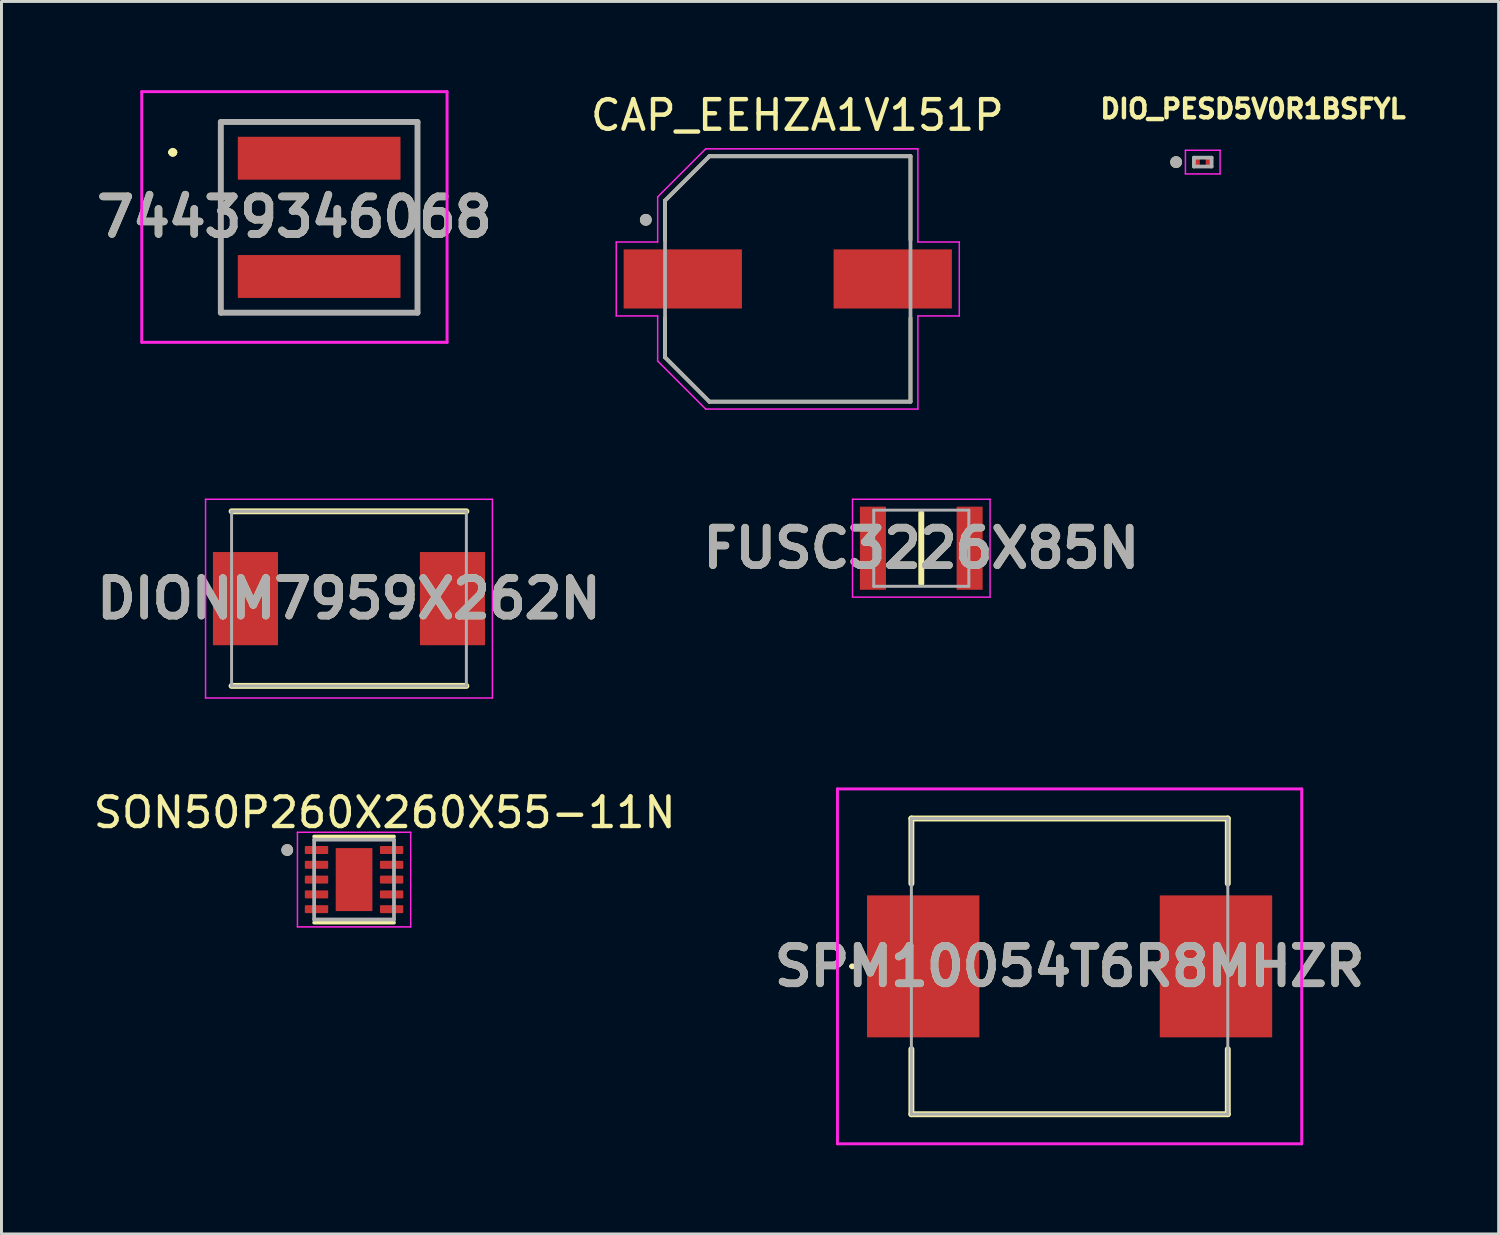
<source format=kicad_pcb>
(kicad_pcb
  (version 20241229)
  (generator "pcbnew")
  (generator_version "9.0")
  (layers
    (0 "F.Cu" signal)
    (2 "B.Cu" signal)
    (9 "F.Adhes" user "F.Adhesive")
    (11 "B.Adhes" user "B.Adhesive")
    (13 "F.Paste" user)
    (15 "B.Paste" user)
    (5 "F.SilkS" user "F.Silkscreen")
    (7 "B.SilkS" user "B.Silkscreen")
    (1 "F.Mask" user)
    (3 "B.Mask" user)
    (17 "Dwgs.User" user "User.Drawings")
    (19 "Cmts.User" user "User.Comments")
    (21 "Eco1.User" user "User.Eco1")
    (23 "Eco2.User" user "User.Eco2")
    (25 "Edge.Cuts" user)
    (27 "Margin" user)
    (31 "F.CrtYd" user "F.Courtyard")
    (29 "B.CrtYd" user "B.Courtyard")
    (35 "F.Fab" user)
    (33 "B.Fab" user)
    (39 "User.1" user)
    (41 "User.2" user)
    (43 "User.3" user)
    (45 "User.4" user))
  (footprint "SPM10054T6R8MHZR"
    (layer "F.Cu")
    (at 33.119 29.628)
    (property "Reference" "SPM10054T6R8MHZR" (at 0 0 0) (layer "F.SilkS") (effects (font (size 1.27 1.27) (thickness 0.254))))
    (attr smd)
    (fp_line (start -7.4 0) (end -7.4 0) (stroke (width 0.1) (type solid)) (layer "F.SilkS"))
    (fp_line (start -7.3 0) (end -7.3 0) (stroke (width 0.1) (type solid)) (layer "F.SilkS"))
    (fp_line (start -5.35 -5) (end 5.35 -5) (stroke (width 0.2) (type solid)) (layer "F.SilkS"))
    (fp_line (start -5.35 -2.8) (end -5.35 -5) (stroke (width 0.2) (type solid)) (layer "F.SilkS"))
    (fp_line (start -5.35 5) (end -5.35 2.8) (stroke (width 0.2) (type solid)) (layer "F.SilkS"))
    (fp_line (start 5.35 -5) (end 5.35 -2.8) (stroke (width 0.2) (type solid)) (layer "F.SilkS"))
    (fp_line (start 5.35 2.8) (end 5.35 5) (stroke (width 0.2) (type solid)) (layer "F.SilkS"))
    (fp_line (start 5.35 5) (end -5.35 5) (stroke (width 0.2) (type solid)) (layer "F.SilkS"))
    (fp_arc (start -7.4 0) (mid -7.35 -0.05) (end -7.3 0) (stroke (width 0.1) (type solid)) (layer "F.SilkS"))
    (fp_arc (start -7.3 0) (mid -7.35 0.05) (end -7.4 0) (stroke (width 0.1) (type solid)) (layer "F.SilkS"))
    (fp_line (start -7.85 -6) (end 7.85 -6) (stroke (width 0.1) (type solid)) (layer "F.CrtYd"))
    (fp_line (start -7.85 6) (end -7.85 -6) (stroke (width 0.1) (type solid)) (layer "F.CrtYd"))
    (fp_line (start 7.85 -6) (end 7.85 6) (stroke (width 0.1) (type solid)) (layer "F.CrtYd"))
    (fp_line (start 7.85 6) (end -7.85 6) (stroke (width 0.1) (type solid)) (layer "F.CrtYd"))
    (fp_line (start -5.35 -5) (end -5.35 5) (stroke (width 0.1) (type solid)) (layer "F.Fab"))
    (fp_line (start -5.35 5) (end 5.35 5) (stroke (width 0.1) (type solid)) (layer "F.Fab"))
    (fp_line (start 5.35 -5) (end -5.35 -5) (stroke (width 0.1) (type solid)) (layer "F.Fab"))
    (fp_line (start 5.35 5) (end 5.35 -5) (stroke (width 0.1) (type solid)) (layer "F.Fab"))
    (fp_text user "${REFERENCE}" (at 0 0 0) (layer "F.Fab") (effects (font (size 1.27 1.27) (thickness 0.254))))
    (pad "1" smd rect (at -4.95 0) (size 3.8 4.8) (layers "F.Cu" "F.Mask" "F.Paste"))
    (pad "2" smd rect (at 4.95 0) (size 3.8 4.8) (layers "F.Cu" "F.Mask" "F.Paste")))
  (footprint "FUSC3226X85N"
    (layer "F.Cu")
    (at 28.104 15.488)
    (property "Reference" "FUSC3226X85N" (at 0 0 0) (layer "F.SilkS") (effects (font (size 1.27 1.27) (thickness 0.254))))
    (attr smd)
    (fp_line (start 0 -1.188) (end 0 1.188) (stroke (width 0.2) (type solid)) (layer "F.SilkS"))
    (fp_line (start -2.325 -1.655) (end 2.325 -1.655) (stroke (width 0.05) (type solid)) (layer "F.CrtYd"))
    (fp_line (start -2.325 1.655) (end -2.325 -1.655) (stroke (width 0.05) (type solid)) (layer "F.CrtYd"))
    (fp_line (start 2.325 -1.655) (end 2.325 1.655) (stroke (width 0.05) (type solid)) (layer "F.CrtYd"))
    (fp_line (start 2.325 1.655) (end -2.325 1.655) (stroke (width 0.05) (type solid)) (layer "F.CrtYd"))
    (fp_line (start -1.608 -1.288) (end 1.608 -1.288) (stroke (width 0.1) (type solid)) (layer "F.Fab"))
    (fp_line (start -1.608 1.288) (end -1.608 -1.288) (stroke (width 0.1) (type solid)) (layer "F.Fab"))
    (fp_line (start 1.608 -1.288) (end 1.608 1.288) (stroke (width 0.1) (type solid)) (layer "F.Fab"))
    (fp_line (start 1.608 1.288) (end -1.608 1.288) (stroke (width 0.1) (type solid)) (layer "F.Fab"))
    (fp_text user "${REFERENCE}" (at 0 0 0) (layer "F.Fab") (effects (font (size 1.27 1.27) (thickness 0.254))))
    (pad "1" smd rect (at -1.635 0) (size 0.88 2.81) (layers "F.Cu" "F.Mask" "F.Paste"))
    (pad "2" smd rect (at 1.635 0) (size 0.88 2.81) (layers "F.Cu" "F.Mask" "F.Paste")))
  (footprint "SON50P260X260X55-11N"
    (layer "F.Cu")
    (at 8.923 26.694)
    (property "Reference" "SON50P260X260X55-11N" (at 1.035 -2.267 0) (layer "F.SilkS") (effects (font (size 1 1) (thickness 0.15))))
    (attr smd)
    (fp_line (start -1.35 -1.455) (end 1.35 -1.455) (stroke (width 0.127) (type solid)) (layer "F.SilkS"))
    (fp_line (start -1.35 1.455) (end 1.35 1.455) (stroke (width 0.127) (type solid)) (layer "F.SilkS"))
    (fp_circle (center -2.26 -1) (end -2.16 -1) (stroke (width 0.2) (type solid)) (fill no) (layer "F.SilkS"))
    (fp_poly (pts (xy -0.39 -0.67) (xy 0.39 -0.67) (xy 0.39 0.67) (xy -0.39 0.67)) (stroke (width 0.01) (type solid)) (fill yes) (layer "F.Paste"))
    (fp_line (start -1.915 -1.6) (end -1.915 1.6) (stroke (width 0.05) (type solid)) (layer "F.CrtYd"))
    (fp_line (start -1.915 -1.6) (end 1.915 -1.6) (stroke (width 0.05) (type solid)) (layer "F.CrtYd"))
    (fp_line (start -1.915 1.6) (end 1.915 1.6) (stroke (width 0.05) (type solid)) (layer "F.CrtYd"))
    (fp_line (start 1.915 -1.6) (end 1.915 1.6) (stroke (width 0.05) (type solid)) (layer "F.CrtYd"))
    (fp_line (start -1.35 -1.35) (end -1.35 1.35) (stroke (width 0.127) (type solid)) (layer "F.Fab"))
    (fp_line (start -1.35 -1.35) (end 1.35 -1.35) (stroke (width 0.127) (type solid)) (layer "F.Fab"))
    (fp_line (start -1.35 1.35) (end 1.35 1.35) (stroke (width 0.127) (type solid)) (layer "F.Fab"))
    (fp_line (start 1.35 -1.35) (end 1.35 1.35) (stroke (width 0.127) (type solid)) (layer "F.Fab"))
    (fp_circle (center -2.26 -1) (end -2.16 -1) (stroke (width 0.2) (type solid)) (fill no) (layer "F.Fab"))
    (pad "1" smd roundrect (at -1.27 -1) (size 0.79 0.27) (layers "F.Cu" "F.Mask" "F.Paste") (roundrect_rratio 0.125))
    (pad "2" smd roundrect (at -1.27 -0.5) (size 0.79 0.27) (layers "F.Cu" "F.Mask" "F.Paste") (roundrect_rratio 0.125))
    (pad "3" smd roundrect (at -1.27 0) (size 0.79 0.27) (layers "F.Cu" "F.Mask" "F.Paste") (roundrect_rratio 0.125))
    (pad "4" smd roundrect (at -1.27 0.5) (size 0.79 0.27) (layers "F.Cu" "F.Mask" "F.Paste") (roundrect_rratio 0.125))
    (pad "5" smd roundrect (at -1.27 1) (size 0.79 0.27) (layers "F.Cu" "F.Mask" "F.Paste") (roundrect_rratio 0.125))
    (pad "6" smd roundrect (at 1.27 1) (size 0.79 0.27) (layers "F.Cu" "F.Mask" "F.Paste") (roundrect_rratio 0.125))
    (pad "7" smd roundrect (at 1.27 0.5) (size 0.79 0.27) (layers "F.Cu" "F.Mask" "F.Paste") (roundrect_rratio 0.125))
    (pad "8" smd roundrect (at 1.27 0) (size 0.79 0.27) (layers "F.Cu" "F.Mask" "F.Paste") (roundrect_rratio 0.125))
    (pad "9" smd roundrect (at 1.27 -0.5) (size 0.79 0.27) (layers "F.Cu" "F.Mask" "F.Paste") (roundrect_rratio 0.125))
    (pad "10" smd roundrect (at 1.27 -1) (size 0.79 0.27) (layers "F.Cu" "F.Mask" "F.Paste") (roundrect_rratio 0.125))
    (pad "11" smd rect (at 0 0) (size 1.24 2.13) (layers "F.Cu" "F.Mask")))
  (footprint "74439346068"
    (layer "F.Cu")
    (at 7.743 4.3)
    (property "Reference" "74439346068" (at -0.837 -0.012 0) (layer "F.SilkS") (effects (font (size 1.27 1.27) (thickness 0.254))))
    (attr smd)
    (fp_line (start -5 -2.2) (end -5 -2.2) (stroke (width 0.2) (type solid)) (layer "F.SilkS"))
    (fp_line (start -5 -2.2) (end -5 -2.2) (stroke (width 0.2) (type solid)) (layer "F.SilkS"))
    (fp_line (start -4.9 -2.2) (end -4.9 -2.2) (stroke (width 0.2) (type solid)) (layer "F.SilkS"))
    (fp_line (start -3.325 -3.25) (end 3.325 -3.25) (stroke (width 0.1) (type solid)) (layer "F.SilkS"))
    (fp_line (start -3.325 3.225) (end -3.325 -3.25) (stroke (width 0.1) (type solid)) (layer "F.SilkS"))
    (fp_line (start 3.325 -3.25) (end 3.325 3.225) (stroke (width 0.1) (type solid)) (layer "F.SilkS"))
    (fp_line (start 3.325 3.225) (end -3.325 3.225) (stroke (width 0.1) (type solid)) (layer "F.SilkS"))
    (fp_arc (start -5 -2.2) (mid -4.95 -2.25) (end -4.9 -2.2) (stroke (width 0.2) (type solid)) (layer "F.SilkS"))
    (fp_arc (start -4.9 -2.2) (mid -4.95 -2.15) (end -5 -2.2) (stroke (width 0.2) (type solid)) (layer "F.SilkS"))
    (fp_arc (start -4.9 -2.2) (mid -4.95 -2.15) (end -5 -2.2) (stroke (width 0.2) (type solid)) (layer "F.SilkS"))
    (fp_line (start -6 -4.25) (end 4.325 -4.25) (stroke (width 0.1) (type solid)) (layer "F.CrtYd"))
    (fp_line (start -6 4.225) (end -6 -4.25) (stroke (width 0.1) (type solid)) (layer "F.CrtYd"))
    (fp_line (start 4.325 -4.25) (end 4.325 4.225) (stroke (width 0.1) (type solid)) (layer "F.CrtYd"))
    (fp_line (start 4.325 4.225) (end -6 4.225) (stroke (width 0.1) (type solid)) (layer "F.CrtYd"))
    (fp_line (start -3.325 -3.225) (end -3.325 3.225) (stroke (width 0.2) (type solid)) (layer "F.Fab"))
    (fp_line (start -3.325 3.225) (end 3.325 3.225) (stroke (width 0.2) (type solid)) (layer "F.Fab"))
    (fp_line (start 3.325 -3.225) (end -3.325 -3.225) (stroke (width 0.2) (type solid)) (layer "F.Fab"))
    (fp_line (start 3.325 3.225) (end 3.325 -3.225) (stroke (width 0.2) (type solid)) (layer "F.Fab"))
    (fp_text user "${REFERENCE}" (at -0.837 -0.012 0) (layer "F.Fab") (effects (font (size 1.27 1.27) (thickness 0.254))))
    (pad "1" smd rect (at 0 -2 90) (size 1.45 5.5) (layers "F.Cu" "F.Mask" "F.Paste"))
    (pad "2" smd rect (at 0 2 90) (size 1.45 5.5) (layers "F.Cu" "F.Mask" "F.Paste")))
  (footprint "CAP_EEHZA1V151P"
    (layer "F.Cu")
    (at 23.589 6.383)
    (property "Reference" "CAP_EEHZA1V151P" (at 0.325 -5.535 0) (layer "F.SilkS") (effects (font (size 1 1) (thickness 0.15))))
    (attr smd)
    (fp_line (start -4.15 -2.65) (end -4.15 -1.32) (stroke (width 0.127) (type solid)) (layer "F.SilkS"))
    (fp_line (start -4.15 1.32) (end -4.15 2.65) (stroke (width 0.127) (type solid)) (layer "F.SilkS"))
    (fp_line (start -4.15 2.65) (end -2.65 4.15) (stroke (width 0.127) (type solid)) (layer "F.SilkS"))
    (fp_line (start -2.65 -4.15) (end -4.15 -2.65) (stroke (width 0.127) (type solid)) (layer "F.SilkS"))
    (fp_line (start -2.65 4.15) (end 4.15 4.15) (stroke (width 0.127) (type solid)) (layer "F.SilkS"))
    (fp_line (start 4.15 -4.15) (end -2.65 -4.15) (stroke (width 0.127) (type solid)) (layer "F.SilkS"))
    (fp_line (start 4.15 -1.32) (end 4.15 -4.15) (stroke (width 0.127) (type solid)) (layer "F.SilkS"))
    (fp_line (start 4.15 4.15) (end 4.15 1.32) (stroke (width 0.127) (type solid)) (layer "F.SilkS"))
    (fp_circle (center -4.8 -2) (end -4.7 -2) (stroke (width 0.2) (type solid)) (fill no) (layer "F.SilkS"))
    (fp_line (start -5.8 -1.25) (end -4.4 -1.25) (stroke (width 0.05) (type solid)) (layer "F.CrtYd"))
    (fp_line (start -5.8 1.25) (end -5.8 -1.25) (stroke (width 0.05) (type solid)) (layer "F.CrtYd"))
    (fp_line (start -4.4 -2.775) (end -2.775 -4.4) (stroke (width 0.05) (type solid)) (layer "F.CrtYd"))
    (fp_line (start -4.4 -1.25) (end -4.4 -2.775) (stroke (width 0.05) (type solid)) (layer "F.CrtYd"))
    (fp_line (start -4.4 1.25) (end -5.8 1.25) (stroke (width 0.05) (type solid)) (layer "F.CrtYd"))
    (fp_line (start -4.4 2.775) (end -4.4 1.25) (stroke (width 0.05) (type solid)) (layer "F.CrtYd"))
    (fp_line (start -2.775 -4.4) (end 4.4 -4.4) (stroke (width 0.05) (type solid)) (layer "F.CrtYd"))
    (fp_line (start -2.775 4.4) (end -4.4 2.775) (stroke (width 0.05) (type solid)) (layer "F.CrtYd"))
    (fp_line (start 4.4 -4.4) (end 4.4 -1.25) (stroke (width 0.05) (type solid)) (layer "F.CrtYd"))
    (fp_line (start 4.4 -1.25) (end 5.8 -1.25) (stroke (width 0.05) (type solid)) (layer "F.CrtYd"))
    (fp_line (start 4.4 1.25) (end 4.4 4.4) (stroke (width 0.05) (type solid)) (layer "F.CrtYd"))
    (fp_line (start 4.4 4.4) (end -2.775 4.4) (stroke (width 0.05) (type solid)) (layer "F.CrtYd"))
    (fp_line (start 5.8 -1.25) (end 5.8 1.25) (stroke (width 0.05) (type solid)) (layer "F.CrtYd"))
    (fp_line (start 5.8 1.25) (end 4.4 1.25) (stroke (width 0.05) (type solid)) (layer "F.CrtYd"))
    (fp_line (start -4.15 -2.65) (end -4.15 2.65) (stroke (width 0.127) (type solid)) (layer "F.Fab"))
    (fp_line (start -4.15 2.65) (end -2.65 4.15) (stroke (width 0.127) (type solid)) (layer "F.Fab"))
    (fp_line (start -2.65 -4.15) (end -4.15 -2.65) (stroke (width 0.127) (type solid)) (layer "F.Fab"))
    (fp_line (start -2.65 4.15) (end 4.15 4.15) (stroke (width 0.127) (type solid)) (layer "F.Fab"))
    (fp_line (start 4.15 -4.15) (end -2.65 -4.15) (stroke (width 0.127) (type solid)) (layer "F.Fab"))
    (fp_line (start 4.15 4.15) (end 4.15 -4.15) (stroke (width 0.127) (type solid)) (layer "F.Fab"))
    (fp_circle (center -4.8 -2) (end -4.7 -2) (stroke (width 0.2) (type solid)) (fill no) (layer "F.Fab"))
    (pad "1" smd rect (at -3.55 0) (size 4 2) (layers "F.Cu" "F.Mask" "F.Paste"))
    (pad "2" smd rect (at 3.55 0) (size 4 2) (layers "F.Cu" "F.Mask" "F.Paste")))
  (footprint "DIO_PESD5V0R1BSFYL"
    (layer "F.Cu")
    (at 37.622 2.432)
    (property "Reference" "DIO_PESD5V0R1BSFYL" (at 1.7 -1.8 0) (layer "F.SilkS") (effects (font (size 0.63 0.63) (thickness 0.15))))
    (attr smd)
    (fp_poly (pts (xy -0.3 -0.14) (xy -0.1 -0.14) (xy -0.1 0.14) (xy -0.3 0.14)) (stroke (width 0.01) (type solid)) (fill yes) (layer "F.Mask"))
    (fp_poly (pts (xy 0.1 -0.14) (xy 0.3 -0.14) (xy 0.3 0.14) (xy 0.1 0.14)) (stroke (width 0.01) (type solid)) (fill yes) (layer "F.Mask"))
    (fp_circle (center -0.9 0) (end -0.8 0) (stroke (width 0.2) (type solid)) (fill no) (layer "F.SilkS"))
    (fp_circle (center -0.208 0) (end -0.144 0) (stroke (width 0.128) (type solid)) (fill no) (layer "F.Paste"))
    (fp_circle (center 0.208 0) (end 0.272 0) (stroke (width 0.128) (type solid)) (fill no) (layer "F.Paste"))
    (fp_line (start -0.586 -0.4) (end 0.586 -0.4) (stroke (width 0.05) (type solid)) (layer "F.CrtYd"))
    (fp_line (start -0.586 0.4) (end -0.586 -0.4) (stroke (width 0.05) (type solid)) (layer "F.CrtYd"))
    (fp_line (start 0.586 -0.4) (end 0.586 0.4) (stroke (width 0.05) (type solid)) (layer "F.CrtYd"))
    (fp_line (start 0.586 0.4) (end -0.586 0.4) (stroke (width 0.05) (type solid)) (layer "F.CrtYd"))
    (fp_line (start -0.3 -0.15) (end 0.3 -0.15) (stroke (width 0.127) (type solid)) (layer "F.Fab"))
    (fp_line (start -0.3 0.15) (end -0.3 -0.15) (stroke (width 0.127) (type solid)) (layer "F.Fab"))
    (fp_line (start 0.3 -0.15) (end 0.3 0.15) (stroke (width 0.127) (type solid)) (layer "F.Fab"))
    (fp_line (start 0.3 0.15) (end -0.3 0.15) (stroke (width 0.127) (type solid)) (layer "F.Fab"))
    (fp_circle (center -0.9 0) (end -0.8 0) (stroke (width 0.2) (type solid)) (fill no) (layer "F.Fab"))
    (pad "1" smd rect (at -0.2 0) (size 0.2 0.28) (layers "F.Cu"))
    (pad "2" smd rect (at 0.2 0) (size 0.2 0.28) (layers "F.Cu")))
  (footprint "DIONM7959X262N"
    (layer "F.Cu")
    (at 8.751 17.193)
    (property "Reference" "DIONM7959X262N" (at 0 0 0) (layer "F.SilkS") (effects (font (size 1.27 1.27) (thickness 0.254))))
    (attr smd)
    (fp_line (start -3.97 2.952) (end 3.97 2.952) (stroke (width 0.2) (type solid)) (layer "F.SilkS"))
    (fp_line (start 3.97 -2.952) (end -3.97 -2.952) (stroke (width 0.2) (type solid)) (layer "F.SilkS"))
    (fp_line (start -4.85 -3.36) (end 4.85 -3.36) (stroke (width 0.05) (type solid)) (layer "F.CrtYd"))
    (fp_line (start -4.85 3.36) (end -4.85 -3.36) (stroke (width 0.05) (type solid)) (layer "F.CrtYd"))
    (fp_line (start 4.85 -3.36) (end 4.85 3.36) (stroke (width 0.05) (type solid)) (layer "F.CrtYd"))
    (fp_line (start 4.85 3.36) (end -4.85 3.36) (stroke (width 0.05) (type solid)) (layer "F.CrtYd"))
    (fp_line (start -3.97 -2.952) (end 3.97 -2.952) (stroke (width 0.1) (type solid)) (layer "F.Fab"))
    (fp_line (start -3.97 2.952) (end -3.97 -2.952) (stroke (width 0.1) (type solid)) (layer "F.Fab"))
    (fp_line (start 3.97 -2.952) (end 3.97 2.952) (stroke (width 0.1) (type solid)) (layer "F.Fab"))
    (fp_line (start 3.97 2.952) (end -3.97 2.952) (stroke (width 0.1) (type solid)) (layer "F.Fab"))
    (fp_text user "${REFERENCE}" (at 0 0 0) (layer "F.Fab") (effects (font (size 1.27 1.27) (thickness 0.254))))
    (pad "1" smd rect (at -3.5 0) (size 2.2 3.15) (layers "F.Cu" "F.Mask" "F.Paste"))
    (pad "2" smd rect (at 3.5 0) (size 2.2 3.15) (layers "F.Cu" "F.Mask" "F.Paste")))
  (gr_rect
    (start -3 -3)
    (end 47.628 38.678)
    (stroke (width 0.1) (type default))
    (fill no)
    (layer "Edge.Cuts")))
</source>
